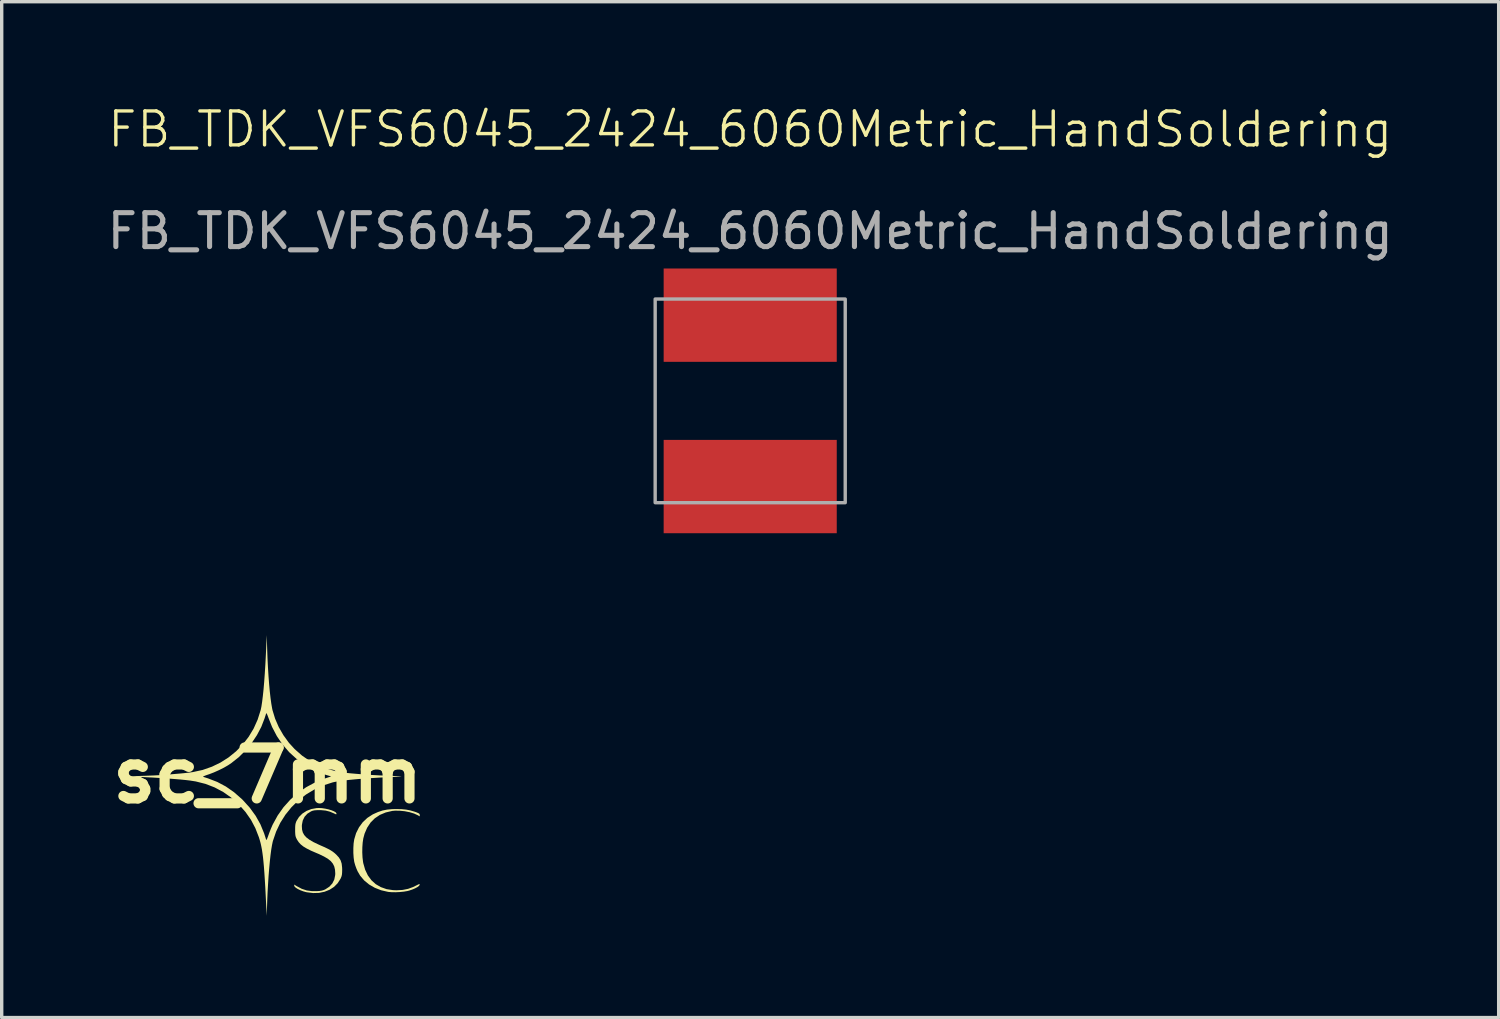
<source format=kicad_pcb>
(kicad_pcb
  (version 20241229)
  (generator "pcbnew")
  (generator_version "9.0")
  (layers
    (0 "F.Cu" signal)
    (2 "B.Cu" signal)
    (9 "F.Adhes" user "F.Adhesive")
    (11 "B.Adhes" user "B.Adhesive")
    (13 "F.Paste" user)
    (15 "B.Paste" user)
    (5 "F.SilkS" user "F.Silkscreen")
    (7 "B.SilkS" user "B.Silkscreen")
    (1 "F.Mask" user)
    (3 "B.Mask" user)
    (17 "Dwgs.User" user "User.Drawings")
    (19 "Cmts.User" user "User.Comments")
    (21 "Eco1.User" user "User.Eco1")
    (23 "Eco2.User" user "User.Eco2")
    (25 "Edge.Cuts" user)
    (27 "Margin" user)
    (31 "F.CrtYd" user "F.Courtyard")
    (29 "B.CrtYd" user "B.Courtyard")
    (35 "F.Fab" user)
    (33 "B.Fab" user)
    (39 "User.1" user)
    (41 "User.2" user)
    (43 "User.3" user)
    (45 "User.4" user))
  (footprint "sc_7mm"
    (layer "F.Cu")
    (at 4.836 19.796)
    (property "Reference" "sc_7mm" (at 0 0 0) (layer "F.SilkS") (effects (font (size 1.5 1.5) (thickness 0.3))))
    (attr board_only exclude_from_pos_files exclude_from_bom)
    (fp_poly (pts (xy 3.945 0.995) (xy 4.079 1.008) (xy 4.203 1.032) (xy 4.329 1.069) (xy 4.38 1.087) (xy 4.438 1.111) (xy 4.47 1.132) (xy 4.481 1.155) (xy 4.482 1.167) (xy 4.482 1.208) (xy 4.425 1.175) (xy 4.317 1.125) (xy 4.185 1.085) (xy 4.039 1.056) (xy 3.891 1.041) (xy 3.751 1.04) (xy 3.672 1.047) (xy 3.479 1.092) (xy 3.307 1.164) (xy 3.158 1.264) (xy 3.033 1.389) (xy 2.932 1.541) (xy 2.856 1.717) (xy 2.818 1.859) (xy 2.8 1.979) (xy 2.79 2.12) (xy 2.788 2.271) (xy 2.795 2.419) (xy 2.811 2.55) (xy 2.818 2.588) (xy 2.873 2.78) (xy 2.953 2.948) (xy 3.058 3.09) (xy 3.185 3.205) (xy 3.335 3.292) (xy 3.505 3.352) (xy 3.695 3.381) (xy 3.798 3.385) (xy 3.977 3.375) (xy 4.138 3.343) (xy 4.289 3.288) (xy 4.353 3.256) (xy 4.417 3.224) (xy 4.455 3.206) (xy 4.474 3.203) (xy 4.48 3.212) (xy 4.479 3.226) (xy 4.459 3.256) (xy 4.411 3.292) (xy 4.342 3.329) (xy 4.259 3.364) (xy 4.169 3.394) (xy 4.119 3.407) (xy 4.014 3.425) (xy 3.892 3.437) (xy 3.765 3.443) (xy 3.647 3.441) (xy 3.554 3.433) (xy 3.345 3.385) (xy 3.156 3.311) (xy 2.988 3.214) (xy 2.843 3.094) (xy 2.725 2.954) (xy 2.649 2.823) (xy 2.612 2.737) (xy 2.578 2.642) (xy 2.554 2.556) (xy 2.551 2.544) (xy 2.534 2.425) (xy 2.525 2.287) (xy 2.525 2.141) (xy 2.533 2.003) (xy 2.551 1.885) (xy 2.606 1.701) (xy 2.691 1.531) (xy 2.802 1.38) (xy 2.937 1.253) (xy 3.092 1.152) (xy 3.114 1.141) (xy 3.253 1.079) (xy 3.385 1.035) (xy 3.52 1.008) (xy 3.671 0.994) (xy 3.789 0.992)) (stroke (width 0) (type solid)) (fill yes) (layer "F.SilkS"))
    (fp_poly (pts (xy 1.604 0.966) (xy 1.701 0.981) (xy 1.796 1.002) (xy 1.883 1.029) (xy 1.954 1.058) (xy 2.005 1.088) (xy 2.027 1.118) (xy 2.028 1.123) (xy 2.026 1.143) (xy 2.015 1.147) (xy 1.985 1.135) (xy 1.961 1.123) (xy 1.834 1.069) (xy 1.71 1.037) (xy 1.572 1.024) (xy 1.53 1.023) (xy 1.439 1.025) (xy 1.372 1.031) (xy 1.319 1.044) (xy 1.28 1.06) (xy 1.17 1.129) (xy 1.088 1.219) (xy 1.034 1.331) (xy 1.009 1.461) (xy 1.008 1.503) (xy 1.014 1.599) (xy 1.036 1.682) (xy 1.078 1.758) (xy 1.14 1.827) (xy 1.228 1.894) (xy 1.343 1.962) (xy 1.489 2.032) (xy 1.557 2.063) (xy 1.681 2.117) (xy 1.777 2.164) (xy 1.854 2.206) (xy 1.918 2.247) (xy 1.975 2.292) (xy 2.021 2.334) (xy 2.098 2.418) (xy 2.15 2.503) (xy 2.181 2.6) (xy 2.194 2.718) (xy 2.196 2.775) (xy 2.194 2.86) (xy 2.189 2.921) (xy 2.178 2.971) (xy 2.158 3.021) (xy 2.146 3.047) (xy 2.063 3.177) (xy 1.956 3.285) (xy 1.826 3.369) (xy 1.678 3.428) (xy 1.514 3.462) (xy 1.339 3.467) (xy 1.154 3.444) (xy 1.138 3.441) (xy 1.048 3.416) (xy 0.961 3.383) (xy 0.885 3.346) (xy 0.826 3.308) (xy 0.791 3.272) (xy 0.786 3.258) (xy 0.78 3.216) (xy 0.857 3.263) (xy 1.005 3.342) (xy 1.153 3.39) (xy 1.311 3.411) (xy 1.441 3.411) (xy 1.532 3.405) (xy 1.6 3.394) (xy 1.656 3.377) (xy 1.702 3.356) (xy 1.819 3.279) (xy 1.907 3.182) (xy 1.964 3.067) (xy 1.99 2.936) (xy 1.992 2.892) (xy 1.985 2.782) (xy 1.963 2.686) (xy 1.922 2.602) (xy 1.86 2.526) (xy 1.773 2.456) (xy 1.658 2.389) (xy 1.513 2.319) (xy 1.432 2.285) (xy 1.277 2.218) (xy 1.152 2.155) (xy 1.052 2.095) (xy 0.974 2.033) (xy 0.913 1.966) (xy 0.865 1.892) (xy 0.857 1.877) (xy 0.835 1.831) (xy 0.821 1.787) (xy 0.814 1.735) (xy 0.81 1.665) (xy 0.81 1.61) (xy 0.811 1.52) (xy 0.816 1.454) (xy 0.827 1.403) (xy 0.845 1.354) (xy 0.85 1.343) (xy 0.924 1.225) (xy 1.024 1.125) (xy 1.147 1.046) (xy 1.287 0.992) (xy 1.44 0.964) (xy 1.512 0.961)) (stroke (width 0) (type solid)) (fill yes) (layer "F.SilkS"))
    (fp_poly (pts (xy -0.014 -3.718) (xy -0.004 -3.445) (xy 0.009 -3.181) (xy 0.025 -2.929) (xy 0.043 -2.692) (xy 0.063 -2.474) (xy 0.085 -2.28) (xy 0.108 -2.112) (xy 0.132 -1.974) (xy 0.143 -1.922) (xy 0.22 -1.67) (xy 0.328 -1.421) (xy 0.465 -1.183) (xy 0.626 -0.961) (xy 0.793 -0.777) (xy 1.016 -0.581) (xy 1.255 -0.417) (xy 1.511 -0.283) (xy 1.784 -0.181) (xy 2.075 -0.109) (xy 2.259 -0.081) (xy 2.428 -0.062) (xy 2.624 -0.045) (xy 2.837 -0.028) (xy 3.059 -0.013) (xy 3.281 -0.000273) (xy 3.493 0.009) (xy 3.58 0.012) (xy 3.69 0.016) (xy 3.786 0.02) (xy 3.863 0.023) (xy 3.917 0.026) (xy 3.942 0.029) (xy 3.943 0.029) (xy 3.924 0.032) (xy 3.875 0.036) (xy 3.801 0.04) (xy 3.706 0.045) (xy 3.596 0.051) (xy 3.538 0.053) (xy 3.282 0.066) (xy 3.037 0.081) (xy 2.804 0.097) (xy 2.589 0.115) (xy 2.394 0.134) (xy 2.223 0.154) (xy 2.078 0.174) (xy 1.964 0.195) (xy 1.916 0.206) (xy 1.637 0.296) (xy 1.375 0.416) (xy 1.13 0.564) (xy 0.905 0.739) (xy 0.703 0.937) (xy 0.524 1.158) (xy 0.372 1.398) (xy 0.249 1.657) (xy 0.156 1.93) (xy 0.149 1.956) (xy 0.128 2.056) (xy 0.106 2.187) (xy 0.085 2.346) (xy 0.065 2.529) (xy 0.046 2.733) (xy 0.028 2.953) (xy 0.013 3.186) (xy -0.001 3.427) (xy -0.012 3.674) (xy -0.015 3.771) (xy -0.028 4.136) (xy -0.041 3.86) (xy -0.056 3.569) (xy -0.069 3.31) (xy -0.083 3.081) (xy -0.096 2.88) (xy -0.109 2.703) (xy -0.123 2.548) (xy -0.137 2.411) (xy -0.153 2.29) (xy -0.169 2.183) (xy -0.188 2.086) (xy -0.208 1.996) (xy -0.231 1.912) (xy -0.256 1.829) (xy -0.26 1.818) (xy -0.363 1.553) (xy -0.493 1.307) (xy -0.654 1.077) (xy -0.847 0.859) (xy -0.854 0.852) (xy -1.073 0.655) (xy -1.309 0.489) (xy -1.561 0.355) (xy -1.83 0.251) (xy -2.116 0.179) (xy -2.286 0.152) (xy -2.416 0.137) (xy -2.575 0.121) (xy -2.757 0.106) (xy -2.956 0.091) (xy -3.165 0.077) (xy -3.377 0.064) (xy -3.587 0.054) (xy -3.592 0.053) (xy -3.707 0.048) (xy -3.81 0.043) (xy -3.833 0.041) (xy -1.903 0.041) (xy -1.874 0.051) (xy -1.821 0.068) (xy -1.757 0.088) (xy -1.752 0.09) (xy -1.485 0.193) (xy -1.231 0.328) (xy -0.989 0.497) (xy -0.759 0.699) (xy -0.737 0.72) (xy -0.528 0.951) (xy -0.353 1.192) (xy -0.212 1.444) (xy -0.104 1.708) (xy -0.09 1.752) (xy -0.069 1.817) (xy -0.052 1.871) (xy -0.042 1.902) (xy -0.041 1.903) (xy -0.033 1.899) (xy -0.016 1.867) (xy 0.005 1.813) (xy 0.02 1.77) (xy 0.053 1.679) (xy 0.094 1.575) (xy 0.137 1.475) (xy 0.152 1.443) (xy 0.297 1.179) (xy 0.469 0.936) (xy 0.668 0.715) (xy 0.89 0.519) (xy 1.136 0.348) (xy 1.401 0.205) (xy 1.686 0.091) (xy 1.697 0.088) (xy 1.871 0.03) (xy 1.723 -0.013) (xy 1.644 -0.039) (xy 1.547 -0.076) (xy 1.447 -0.119) (xy 1.379 -0.151) (xy 1.106 -0.302) (xy 0.859 -0.479) (xy 0.637 -0.681) (xy 0.441 -0.907) (xy 0.272 -1.156) (xy 0.13 -1.427) (xy 0.026 -1.69) (xy 0.001 -1.757) (xy -0.02 -1.807) (xy -0.035 -1.832) (xy -0.041 -1.832) (xy -0.051 -1.803) (xy -0.068 -1.75) (xy -0.089 -1.686) (xy -0.09 -1.681) (xy -0.187 -1.43) (xy -0.316 -1.185) (xy -0.472 -0.951) (xy -0.652 -0.733) (xy -0.852 -0.535) (xy -1.068 -0.364) (xy -1.168 -0.297) (xy -1.291 -0.226) (xy -1.433 -0.155) (xy -1.581 -0.089) (xy -1.718 -0.036) (xy -1.752 -0.025) (xy -1.822 -0.001) (xy -1.874 0.02) (xy -1.902 0.035) (xy -1.903 0.041) (xy -3.833 0.041) (xy -3.895 0.038) (xy -3.957 0.034) (xy -3.991 0.03) (xy -3.996 0.029) (xy -3.981 0.027) (xy -3.936 0.024) (xy -3.865 0.021) (xy -3.773 0.017) (xy -3.666 0.013) (xy -3.621 0.012) (xy -3.491 0.007) (xy -3.355 0.002) (xy -3.226 -0.005) (xy -3.111 -0.011) (xy -3.023 -0.017) (xy -3.021 -0.018) (xy -2.843 -0.032) (xy -2.696 -0.045) (xy -2.576 -0.055) (xy -2.478 -0.064) (xy -2.398 -0.073) (xy -2.331 -0.08) (xy -2.273 -0.088) (xy -2.219 -0.095) (xy -2.197 -0.099) (xy -1.913 -0.161) (xy -1.642 -0.256) (xy -1.386 -0.38) (xy -1.148 -0.532) (xy -0.929 -0.71) (xy -0.733 -0.912) (xy -0.56 -1.136) (xy -0.413 -1.38) (xy -0.295 -1.642) (xy -0.207 -1.92) (xy -0.206 -1.921) (xy -0.184 -2.026) (xy -0.163 -2.165) (xy -0.142 -2.334) (xy -0.121 -2.532) (xy -0.102 -2.756) (xy -0.084 -3.004) (xy -0.067 -3.274) (xy -0.052 -3.563) (xy -0.041 -3.806) (xy -0.027 -4.136)) (stroke (width 0) (type solid)) (fill yes) (layer "F.SilkS")))
  (footprint "FB_TDK_VFS6045_2424_6060Metric_HandSoldering"
    (layer "F.Cu")
    (at 19.054 8.761)
    (property "Reference" "FB_TDK_VFS6045_2424_6060Metric_HandSoldering" (at 0 -8 0) (unlocked yes) (layer "F.SilkS") (effects (font (size 1 1) (thickness 0.1))))
    (attr smd)
    (fp_rect (start -2.8 -3) (end 2.8 3) (stroke (width 0.1) (type default)) (fill no) (layer "F.Fab"))
    (fp_text user "${REFERENCE}" (at 0 -5 0) (unlocked yes) (layer "F.Fab") (effects (font (size 1 1) (thickness 0.15))))
    (pad "1" smd rect (at 0 -2.525) (size 5.1 2.75) (layers "F.Cu" "F.Mask" "F.Paste"))
    (pad "2" smd rect (at 0 2.525) (size 5.1 2.75) (layers "F.Cu" "F.Mask" "F.Paste")))
  (gr_rect
    (start -3 -3)
    (end 41.107 26.932)
    (stroke (width 0.1) (type default))
    (fill no)
    (layer "Edge.Cuts")))
</source>
